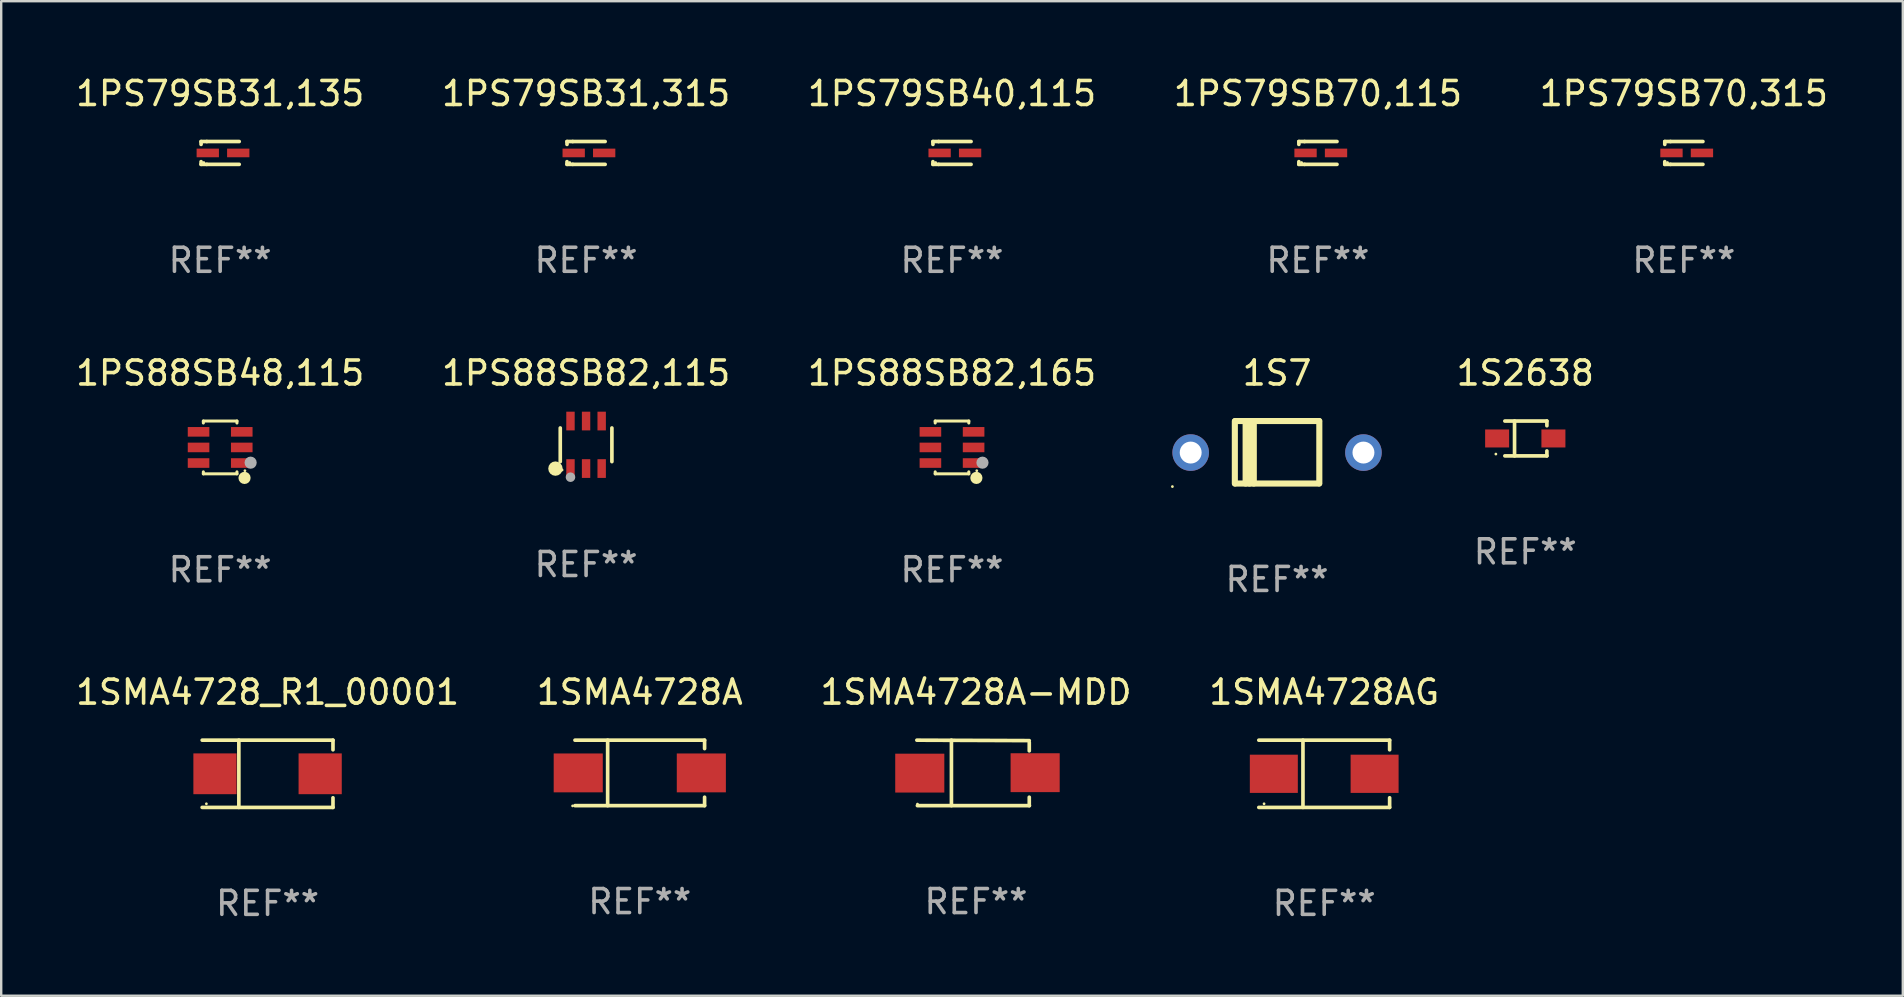
<source format=kicad_pcb>
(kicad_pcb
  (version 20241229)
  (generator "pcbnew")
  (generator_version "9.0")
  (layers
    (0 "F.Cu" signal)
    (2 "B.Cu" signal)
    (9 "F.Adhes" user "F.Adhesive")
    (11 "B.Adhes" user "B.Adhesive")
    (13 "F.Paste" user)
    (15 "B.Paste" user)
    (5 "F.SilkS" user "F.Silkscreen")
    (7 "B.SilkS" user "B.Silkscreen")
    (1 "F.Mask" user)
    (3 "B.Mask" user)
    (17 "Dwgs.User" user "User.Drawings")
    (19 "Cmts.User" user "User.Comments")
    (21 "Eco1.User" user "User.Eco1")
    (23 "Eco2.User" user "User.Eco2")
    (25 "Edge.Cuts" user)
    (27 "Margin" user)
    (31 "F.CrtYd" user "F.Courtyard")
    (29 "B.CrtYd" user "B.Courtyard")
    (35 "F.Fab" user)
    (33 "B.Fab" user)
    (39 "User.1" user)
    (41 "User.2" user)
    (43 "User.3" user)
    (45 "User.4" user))
  (footprint "1S7"
    (layer "F.Cu")
    (at 50.172 15.799)
    (property "Reference" "1S7" (at 0 -3.302 0) (layer "F.SilkS") (effects (font (size 1 1) (thickness 0.15))))
    (attr through_hole)
    (fp_line (start -1.76 1.302) (end -1.76 -1.298) (stroke (width 0.254) (type solid)) (layer "F.SilkS"))
    (fp_line (start -1.749 -1.302) (end 1.751 -1.302) (stroke (width 0.254) (type solid)) (layer "F.SilkS"))
    (fp_line (start -1.31 1.302) (end -1.31 -1.299) (stroke (width 0.254) (type solid)) (layer "F.SilkS"))
    (fp_line (start -1.15 1.302) (end -1.15 -1.299) (stroke (width 0.254) (type solid)) (layer "F.SilkS"))
    (fp_line (start -0.97 1.302) (end -0.97 -1.299) (stroke (width 0.254) (type solid)) (layer "F.SilkS"))
    (fp_line (start 1.75 1.302) (end -1.75 1.302) (stroke (width 0.254) (type solid)) (layer "F.SilkS"))
    (fp_line (start 1.761 -1.302) (end 1.761 1.299) (stroke (width 0.254) (type solid)) (layer "F.SilkS"))
    (fp_circle (center -4.362 1.429) (end -4.332 1.429) (stroke (width 0.06) (type solid)) (fill no) (layer "F.SilkS"))
    (fp_text user "REF**" (at 0 5.302 0) (layer "F.Fab") (effects (font (size 1 1) (thickness 0.15))))
    (pad "1" thru_hole circle (at -3.6 0.012) (size 1.524 1.524) (drill 0.914) (layers "*.Cu" "*.Mask"))
    (pad "2" thru_hole circle (at 3.6 0.012) (size 1.524 1.524) (drill 0.914) (layers "*.Cu" "*.Mask")))
  (footprint "1PS79SB70,315"
    (layer "F.Cu")
    (at 67.125 3.324)
    (property "Reference" "1PS79SB70,315" (at 0 -2.476 0) (layer "F.SilkS") (effects (font (size 1 1) (thickness 0.15))))
    (attr through_hole)
    (fp_line (start -0.795 -0.476) (end -0.795 -0.356) (stroke (width 0.152) (type solid)) (layer "F.SilkS"))
    (fp_line (start -0.795 0.363) (end -0.795 0.476) (stroke (width 0.152) (type solid)) (layer "F.SilkS"))
    (fp_line (start -0.795 0.476) (end -0.557 0.476) (stroke (width 0.152) (type solid)) (layer "F.SilkS"))
    (fp_line (start -0.557 -0.476) (end -0.795 -0.476) (stroke (width 0.152) (type solid)) (layer "F.SilkS"))
    (fp_line (start -0.557 -0.476) (end 0.795 -0.476) (stroke (width 0.152) (type solid)) (layer "F.SilkS"))
    (fp_line (start -0.557 0.476) (end 0.795 0.476) (stroke (width 0.152) (type solid)) (layer "F.SilkS"))
    (fp_circle (center -0.681 0.4) (end -0.651 0.4) (stroke (width 0.06) (type solid)) (fill no) (layer "F.SilkS"))
    (fp_text user "REF**" (at 0 4.476 0) (layer "F.Fab") (effects (font (size 1 1) (thickness 0.15))))
    (pad "1" smd rect (at -0.516 0 180) (size 0.93 0.36) (layers "F.Cu" "F.Mask" "F.Paste"))
    (pad "2" smd rect (at 0.754 0 180) (size 0.93 0.36) (layers "F.Cu" "F.Mask" "F.Paste")))
  (footprint "1SMA4728A"
    (layer "F.Cu")
    (at 23.613 29.161)
    (property "Reference" "1SMA4728A" (at 0 -3.364 0) (layer "F.SilkS") (effects (font (size 1 1) (thickness 0.15))))
    (attr through_hole)
    (fp_line (start -2.701 -1.364) (end 2.701 -1.364) (stroke (width 0.152) (type solid)) (layer "F.SilkS"))
    (fp_line (start -2.701 1.364) (end 2.701 1.364) (stroke (width 0.152) (type solid)) (layer "F.SilkS"))
    (fp_line (start -1.339 -1.364) (end -1.339 1.364) (stroke (width 0.152) (type solid)) (layer "F.SilkS"))
    (fp_line (start 2.701 -1.364) (end 2.701 -1.013) (stroke (width 0.152) (type solid)) (layer "F.SilkS"))
    (fp_line (start 2.701 1.364) (end 2.701 1.013) (stroke (width 0.152) (type solid)) (layer "F.SilkS"))
    (fp_circle (center -2.8 1.375) (end -2.77 1.375) (stroke (width 0.06) (type solid)) (fill no) (layer "F.SilkS"))
    (fp_text user "REF**" (at 0 5.364 0) (layer "F.Fab") (effects (font (size 1 1) (thickness 0.15))))
    (pad "1" smd rect (at -2.565 -0.000025) (size 2.046 1.62) (layers "F.Cu" "F.Mask" "F.Paste"))
    (pad "2" smd rect (at 2.565 -0.000025) (size 2.046 1.62) (layers "F.Cu" "F.Mask" "F.Paste")))
  (footprint "1PS88SB48,115"
    (layer "F.Cu")
    (at 6.125 15.597)
    (property "Reference" "1PS88SB48,115" (at 0 -3.1 0) (layer "F.SilkS") (effects (font (size 1 1) (thickness 0.15))))
    (attr through_hole)
    (fp_line (start -0.7 -1.018) (end -0.7 -1.1) (stroke (width 0.127) (type solid)) (layer "F.SilkS"))
    (fp_line (start -0.7 1.1) (end -0.7 1.018) (stroke (width 0.127) (type solid)) (layer "F.SilkS"))
    (fp_line (start 0.7 -1.1) (end -0.7 -1.1) (stroke (width 0.127) (type solid)) (layer "F.SilkS"))
    (fp_line (start 0.7 -1.018) (end 0.7 -1.1) (stroke (width 0.127) (type solid)) (layer "F.SilkS"))
    (fp_line (start 0.7 1.1) (end -0.7 1.1) (stroke (width 0.127) (type solid)) (layer "F.SilkS"))
    (fp_line (start 0.7 1.1) (end 0.7 1.018) (stroke (width 0.127) (type solid)) (layer "F.SilkS"))
    (fp_circle (center 1.016 1.27) (end 1.143 1.27) (stroke (width 0.254) (type solid)) (fill no) (layer "F.SilkS"))
    (fp_circle (center 1.032 0.97) (end 1.062 0.97) (stroke (width 0.06) (type solid)) (fill no) (layer "F.SilkS"))
    (fp_circle (center 1.27 0.635) (end 1.397 0.635) (stroke (width 0.254) (type solid)) (fill no) (layer "F.Fab"))
    (fp_text user "REF**" (at 0 5.1 0) (layer "F.Fab") (effects (font (size 1 1) (thickness 0.15))))
    (pad "1" smd rect (at 0.9 0.65 90) (size 0.4 0.9) (layers "F.Cu" "F.Mask" "F.Paste"))
    (pad "2" smd rect (at 0.9 -0.000102 90) (size 0.4 0.9) (layers "F.Cu" "F.Mask" "F.Paste"))
    (pad "3" smd rect (at 0.9 -0.65 90) (size 0.4 0.9) (layers "F.Cu" "F.Mask" "F.Paste"))
    (pad "4" smd rect (at -0.9 -0.65 90) (size 0.4 0.9) (layers "F.Cu" "F.Mask" "F.Paste"))
    (pad "5" smd rect (at -0.9 -0.000102 90) (size 0.4 0.9) (layers "F.Cu" "F.Mask" "F.Paste"))
    (pad "6" smd rect (at -0.9 0.65 90) (size 0.4 0.9) (layers "F.Cu" "F.Mask" "F.Paste")))
  (footprint "1SMA4728AG"
    (layer "F.Cu")
    (at 52.137 29.198)
    (property "Reference" "1SMA4728AG" (at 0 -3.401 0) (layer "F.SilkS") (effects (font (size 1 1) (thickness 0.15))))
    (attr through_hole)
    (fp_line (start -2.726 -1.401) (end 2.726 -1.401) (stroke (width 0.152) (type solid)) (layer "F.SilkS"))
    (fp_line (start -2.726 1.401) (end 2.726 1.401) (stroke (width 0.152) (type solid)) (layer "F.SilkS"))
    (fp_line (start -0.886 -1.401) (end -0.886 1.401) (stroke (width 0.152) (type solid)) (layer "F.SilkS"))
    (fp_line (start 2.726 -1.401) (end 2.726 -1) (stroke (width 0.152) (type solid)) (layer "F.SilkS"))
    (fp_line (start 2.726 1.401) (end 2.726 1) (stroke (width 0.152) (type solid)) (layer "F.SilkS"))
    (fp_circle (center -2.507 1.25) (end -2.477 1.25) (stroke (width 0.06) (type solid)) (fill no) (layer "F.SilkS"))
    (fp_text user "REF**" (at 0 5.401 0) (layer "F.Fab") (effects (font (size 1 1) (thickness 0.15))))
    (pad "1" smd rect (at -2.1 0 180) (size 2 1.593) (layers "F.Cu" "F.Mask" "F.Paste"))
    (pad "2" smd rect (at 2.1 0 180) (size 2 1.593) (layers "F.Cu" "F.Mask" "F.Paste")))
  (footprint "1PS79SB70,115"
    (layer "F.Cu")
    (at 51.875 3.324)
    (property "Reference" "1PS79SB70,115" (at 0 -2.476 0) (layer "F.SilkS") (effects (font (size 1 1) (thickness 0.15))))
    (attr through_hole)
    (fp_line (start -0.795 -0.476) (end -0.795 -0.356) (stroke (width 0.152) (type solid)) (layer "F.SilkS"))
    (fp_line (start -0.795 0.363) (end -0.795 0.476) (stroke (width 0.152) (type solid)) (layer "F.SilkS"))
    (fp_line (start -0.795 0.476) (end -0.557 0.476) (stroke (width 0.152) (type solid)) (layer "F.SilkS"))
    (fp_line (start -0.557 -0.476) (end -0.795 -0.476) (stroke (width 0.152) (type solid)) (layer "F.SilkS"))
    (fp_line (start -0.557 -0.476) (end 0.795 -0.476) (stroke (width 0.152) (type solid)) (layer "F.SilkS"))
    (fp_line (start -0.557 0.476) (end 0.795 0.476) (stroke (width 0.152) (type solid)) (layer "F.SilkS"))
    (fp_circle (center -0.681 0.4) (end -0.651 0.4) (stroke (width 0.06) (type solid)) (fill no) (layer "F.SilkS"))
    (fp_text user "REF**" (at 0 4.476 0) (layer "F.Fab") (effects (font (size 1 1) (thickness 0.15))))
    (pad "1" smd rect (at -0.516 0 180) (size 0.93 0.36) (layers "F.Cu" "F.Mask" "F.Paste"))
    (pad "2" smd rect (at 0.754 0 180) (size 0.93 0.36) (layers "F.Cu" "F.Mask" "F.Paste")))
  (footprint "1PS79SB31,135"
    (layer "F.Cu")
    (at 6.125 3.324)
    (property "Reference" "1PS79SB31,135" (at 0 -2.476 0) (layer "F.SilkS") (effects (font (size 1 1) (thickness 0.15))))
    (attr through_hole)
    (fp_line (start -0.795 -0.476) (end -0.795 -0.356) (stroke (width 0.152) (type solid)) (layer "F.SilkS"))
    (fp_line (start -0.795 0.363) (end -0.795 0.476) (stroke (width 0.152) (type solid)) (layer "F.SilkS"))
    (fp_line (start -0.795 0.476) (end -0.557 0.476) (stroke (width 0.152) (type solid)) (layer "F.SilkS"))
    (fp_line (start -0.557 -0.476) (end -0.795 -0.476) (stroke (width 0.152) (type solid)) (layer "F.SilkS"))
    (fp_line (start -0.557 -0.476) (end 0.795 -0.476) (stroke (width 0.152) (type solid)) (layer "F.SilkS"))
    (fp_line (start -0.557 0.476) (end 0.795 0.476) (stroke (width 0.152) (type solid)) (layer "F.SilkS"))
    (fp_circle (center -0.681 0.4) (end -0.651 0.4) (stroke (width 0.06) (type solid)) (fill no) (layer "F.SilkS"))
    (fp_text user "REF**" (at 0 4.476 0) (layer "F.Fab") (effects (font (size 1 1) (thickness 0.15))))
    (pad "1" smd rect (at -0.516 0 180) (size 0.93 0.36) (layers "F.Cu" "F.Mask" "F.Paste"))
    (pad "2" smd rect (at 0.754 0 180) (size 0.93 0.36) (layers "F.Cu" "F.Mask" "F.Paste")))
  (footprint "1SMA4728_R1_00001"
    (layer "F.Cu")
    (at 8.101 29.198)
    (property "Reference" "1SMA4728_R1_00001" (at 0 -3.401 0) (layer "F.SilkS") (effects (font (size 1 1) (thickness 0.15))))
    (attr through_hole)
    (fp_line (start -2.726 -1.401) (end 2.726 -1.401) (stroke (width 0.152) (type solid)) (layer "F.SilkS"))
    (fp_line (start -2.726 1.401) (end 2.726 1.401) (stroke (width 0.152) (type solid)) (layer "F.SilkS"))
    (fp_line (start -1.197 -1.401) (end -1.197 1.401) (stroke (width 0.152) (type solid)) (layer "F.SilkS"))
    (fp_line (start 2.726 -1.401) (end 2.726 -1) (stroke (width 0.152) (type solid)) (layer "F.SilkS"))
    (fp_line (start 2.726 1.401) (end 2.726 1) (stroke (width 0.152) (type solid)) (layer "F.SilkS"))
    (fp_circle (center -2.55 1.25) (end -2.52 1.25) (stroke (width 0.06) (type solid)) (fill no) (layer "F.SilkS"))
    (fp_text user "REF**" (at 0 5.401 0) (layer "F.Fab") (effects (font (size 1 1) (thickness 0.15))))
    (pad "1" smd rect (at -2.192 0) (size 1.8 1.7) (layers "F.Cu" "F.Mask" "F.Paste"))
    (pad "2" smd rect (at 2.192 0) (size 1.8 1.7) (layers "F.Cu" "F.Mask" "F.Paste")))
  (footprint "1S2638"
    (layer "F.Cu")
    (at 60.516 15.223)
    (property "Reference" "1S2638" (at 0 -2.726 0) (layer "F.SilkS") (effects (font (size 1 1) (thickness 0.15))))
    (attr through_hole)
    (fp_line (start -0.851 -0.726) (end 0.901 -0.726) (stroke (width 0.152) (type solid)) (layer "F.SilkS"))
    (fp_line (start -0.851 0.726) (end 0.901 0.726) (stroke (width 0.152) (type solid)) (layer "F.SilkS"))
    (fp_line (start -0.447 -0.726) (end -0.447 0.726) (stroke (width 0.152) (type solid)) (layer "F.SilkS"))
    (fp_line (start 0.901 -0.726) (end 0.901 -0.53) (stroke (width 0.152) (type solid)) (layer "F.SilkS"))
    (fp_line (start 0.901 0.726) (end 0.901 0.52) (stroke (width 0.152) (type solid)) (layer "F.SilkS"))
    (fp_circle (center -1.225 0.65) (end -1.195 0.65) (stroke (width 0.06) (type solid)) (fill no) (layer "F.SilkS"))
    (fp_text user "REF**" (at 0 4.726 0) (layer "F.Fab") (effects (font (size 1 1) (thickness 0.15))))
    (pad "1" smd rect (at -1.173 0) (size 1 0.75) (layers "F.Cu" "F.Mask" "F.Paste"))
    (pad "2" smd rect (at 1.173 0) (size 1 0.75) (layers "F.Cu" "F.Mask" "F.Paste")))
  (footprint "1PS88SB82,165"
    (layer "F.Cu")
    (at 36.625 15.597)
    (property "Reference" "1PS88SB82,165" (at 0 -3.1 0) (layer "F.SilkS") (effects (font (size 1 1) (thickness 0.15))))
    (attr through_hole)
    (fp_line (start -0.7 -1.018) (end -0.7 -1.1) (stroke (width 0.127) (type solid)) (layer "F.SilkS"))
    (fp_line (start -0.7 1.1) (end -0.7 1.018) (stroke (width 0.127) (type solid)) (layer "F.SilkS"))
    (fp_line (start 0.7 -1.1) (end -0.7 -1.1) (stroke (width 0.127) (type solid)) (layer "F.SilkS"))
    (fp_line (start 0.7 -1.018) (end 0.7 -1.1) (stroke (width 0.127) (type solid)) (layer "F.SilkS"))
    (fp_line (start 0.7 1.1) (end -0.7 1.1) (stroke (width 0.127) (type solid)) (layer "F.SilkS"))
    (fp_line (start 0.7 1.1) (end 0.7 1.018) (stroke (width 0.127) (type solid)) (layer "F.SilkS"))
    (fp_circle (center 1.016 1.27) (end 1.143 1.27) (stroke (width 0.254) (type solid)) (fill no) (layer "F.SilkS"))
    (fp_circle (center 1.032 0.97) (end 1.062 0.97) (stroke (width 0.06) (type solid)) (fill no) (layer "F.SilkS"))
    (fp_circle (center 1.27 0.635) (end 1.397 0.635) (stroke (width 0.254) (type solid)) (fill no) (layer "F.Fab"))
    (fp_text user "REF**" (at 0 5.1 0) (layer "F.Fab") (effects (font (size 1 1) (thickness 0.15))))
    (pad "1" smd rect (at 0.9 0.65 90) (size 0.4 0.9) (layers "F.Cu" "F.Mask" "F.Paste"))
    (pad "2" smd rect (at 0.9 -0.000102 90) (size 0.4 0.9) (layers "F.Cu" "F.Mask" "F.Paste"))
    (pad "3" smd rect (at 0.9 -0.65 90) (size 0.4 0.9) (layers "F.Cu" "F.Mask" "F.Paste"))
    (pad "4" smd rect (at -0.9 -0.65 90) (size 0.4 0.9) (layers "F.Cu" "F.Mask" "F.Paste"))
    (pad "5" smd rect (at -0.9 -0.000102 90) (size 0.4 0.9) (layers "F.Cu" "F.Mask" "F.Paste"))
    (pad "6" smd rect (at -0.9 0.65 90) (size 0.4 0.9) (layers "F.Cu" "F.Mask" "F.Paste")))
  (footprint "1PS88SB82,115"
    (layer "F.Cu")
    (at 21.375 15.487)
    (property "Reference" "1PS88SB82,115" (at 0 -2.99 0) (layer "F.SilkS") (effects (font (size 1 1) (thickness 0.15))))
    (attr through_hole)
    (fp_line (start -1.076 0.701) (end -1.076 -0.701) (stroke (width 0.152) (type solid)) (layer "F.SilkS"))
    (fp_line (start 1.076 0.701) (end 1.076 -0.701) (stroke (width 0.152) (type solid)) (layer "F.SilkS"))
    (fp_circle (center -1.277 0.992) (end -1.127 0.992) (stroke (width 0.3) (type solid)) (fill no) (layer "F.SilkS"))
    (fp_circle (center -1 1.05) (end -0.97 1.05) (stroke (width 0.06) (type solid)) (fill no) (layer "F.SilkS"))
    (fp_circle (center -0.65 1.35) (end -0.55 1.35) (stroke (width 0.2) (type solid)) (fill no) (layer "F.Fab"))
    (fp_text user "REF**" (at 0 4.99 0) (layer "F.Fab") (effects (font (size 1 1) (thickness 0.15))))
    (pad "1" smd rect (at -0.65 0.99) (size 0.35 0.78) (layers "F.Cu" "F.Mask" "F.Paste"))
    (pad "2" smd rect (at 0 0.99) (size 0.35 0.78) (layers "F.Cu" "F.Mask" "F.Paste"))
    (pad "3" smd rect (at 0.65 0.99) (size 0.35 0.78) (layers "F.Cu" "F.Mask" "F.Paste"))
    (pad "4" smd rect (at 0.65 -0.99) (size 0.35 0.78) (layers "F.Cu" "F.Mask" "F.Paste"))
    (pad "5" smd rect (at 0 -0.99) (size 0.35 0.78) (layers "F.Cu" "F.Mask" "F.Paste"))
    (pad "6" smd rect (at -0.65 -0.99) (size 0.35 0.78) (layers "F.Cu" "F.Mask" "F.Paste")))
  (footprint "1SMA4728A-MDD"
    (layer "F.Cu")
    (at 37.625 29.161)
    (property "Reference" "1SMA4728A-MDD" (at 0 -3.364 0) (layer "F.SilkS") (effects (font (size 1 1) (thickness 0.15))))
    (attr through_hole)
    (fp_line (start -2.465 -1.364) (end 2.22 -1.346) (stroke (width 0.152) (type solid)) (layer "F.SilkS"))
    (fp_line (start -2.442 1.364) (end 2.226 1.364) (stroke (width 0.152) (type solid)) (layer "F.SilkS"))
    (fp_line (start -1.024 -1.364) (end -1.024 1.364) (stroke (width 0.152) (type solid)) (layer "F.SilkS"))
    (fp_line (start 2.22 -1.27) (end 2.22 -0.919) (stroke (width 0.152) (type solid)) (layer "F.SilkS"))
    (fp_line (start 2.22 1.364) (end 2.22 1.013) (stroke (width 0.152) (type solid)) (layer "F.SilkS"))
    (fp_circle (center -2.439 1.3) (end -2.409 1.3) (stroke (width 0.06) (type solid)) (fill no) (layer "F.SilkS"))
    (fp_text user "REF**" (at 0 5.364 0) (layer "F.Fab") (effects (font (size 1 1) (thickness 0.15))))
    (pad "1" smd rect (at -2.343 0.009) (size 2.046 1.62) (layers "F.Cu" "F.Mask" "F.Paste"))
    (pad "2" smd rect (at 2.465 -0.009 180) (size 2.046 1.62) (layers "F.Cu" "F.Mask" "F.Paste")))
  (footprint "1PS79SB40,115"
    (layer "F.Cu")
    (at 36.625 3.324)
    (property "Reference" "1PS79SB40,115" (at 0 -2.476 0) (layer "F.SilkS") (effects (font (size 1 1) (thickness 0.15))))
    (attr through_hole)
    (fp_line (start -0.795 -0.476) (end -0.795 -0.356) (stroke (width 0.152) (type solid)) (layer "F.SilkS"))
    (fp_line (start -0.795 0.363) (end -0.795 0.476) (stroke (width 0.152) (type solid)) (layer "F.SilkS"))
    (fp_line (start -0.795 0.476) (end -0.557 0.476) (stroke (width 0.152) (type solid)) (layer "F.SilkS"))
    (fp_line (start -0.557 -0.476) (end -0.795 -0.476) (stroke (width 0.152) (type solid)) (layer "F.SilkS"))
    (fp_line (start -0.557 -0.476) (end 0.795 -0.476) (stroke (width 0.152) (type solid)) (layer "F.SilkS"))
    (fp_line (start -0.557 0.476) (end 0.795 0.476) (stroke (width 0.152) (type solid)) (layer "F.SilkS"))
    (fp_circle (center -0.681 0.4) (end -0.651 0.4) (stroke (width 0.06) (type solid)) (fill no) (layer "F.SilkS"))
    (fp_text user "REF**" (at 0 4.476 0) (layer "F.Fab") (effects (font (size 1 1) (thickness 0.15))))
    (pad "1" smd rect (at -0.516 0 180) (size 0.93 0.36) (layers "F.Cu" "F.Mask" "F.Paste"))
    (pad "2" smd rect (at 0.754 0 180) (size 0.93 0.36) (layers "F.Cu" "F.Mask" "F.Paste")))
  (footprint "1PS79SB31,315"
    (layer "F.Cu")
    (at 21.375 3.324)
    (property "Reference" "1PS79SB31,315" (at 0 -2.476 0) (layer "F.SilkS") (effects (font (size 1 1) (thickness 0.15))))
    (attr through_hole)
    (fp_line (start -0.795 -0.476) (end -0.795 -0.356) (stroke (width 0.152) (type solid)) (layer "F.SilkS"))
    (fp_line (start -0.795 0.363) (end -0.795 0.476) (stroke (width 0.152) (type solid)) (layer "F.SilkS"))
    (fp_line (start -0.795 0.476) (end -0.557 0.476) (stroke (width 0.152) (type solid)) (layer "F.SilkS"))
    (fp_line (start -0.557 -0.476) (end -0.795 -0.476) (stroke (width 0.152) (type solid)) (layer "F.SilkS"))
    (fp_line (start -0.557 -0.476) (end 0.795 -0.476) (stroke (width 0.152) (type solid)) (layer "F.SilkS"))
    (fp_line (start -0.557 0.476) (end 0.795 0.476) (stroke (width 0.152) (type solid)) (layer "F.SilkS"))
    (fp_circle (center -0.681 0.4) (end -0.651 0.4) (stroke (width 0.06) (type solid)) (fill no) (layer "F.SilkS"))
    (fp_text user "REF**" (at 0 4.476 0) (layer "F.Fab") (effects (font (size 1 1) (thickness 0.15))))
    (pad "1" smd rect (at -0.516 0 180) (size 0.93 0.36) (layers "F.Cu" "F.Mask" "F.Paste"))
    (pad "2" smd rect (at 0.754 0 180) (size 0.93 0.36) (layers "F.Cu" "F.Mask" "F.Paste")))
  (gr_rect
    (start -3 -3)
    (end 76.25 38.448)
    (stroke (width 0.1) (type default))
    (fill no)
    (layer "Edge.Cuts")))
</source>
